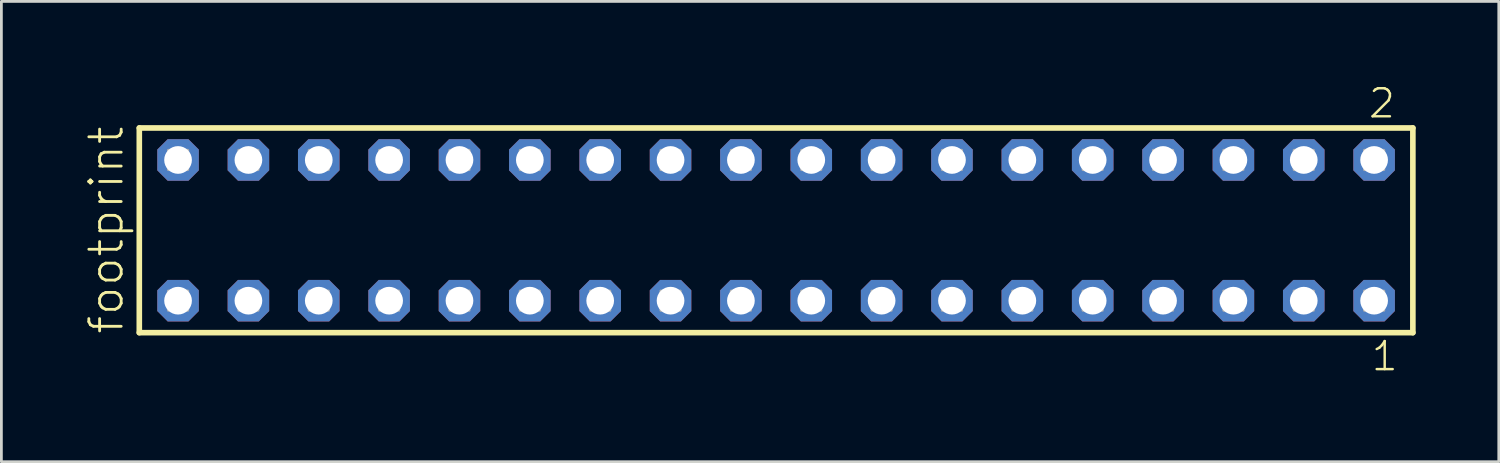
<source format=kicad_pcb>
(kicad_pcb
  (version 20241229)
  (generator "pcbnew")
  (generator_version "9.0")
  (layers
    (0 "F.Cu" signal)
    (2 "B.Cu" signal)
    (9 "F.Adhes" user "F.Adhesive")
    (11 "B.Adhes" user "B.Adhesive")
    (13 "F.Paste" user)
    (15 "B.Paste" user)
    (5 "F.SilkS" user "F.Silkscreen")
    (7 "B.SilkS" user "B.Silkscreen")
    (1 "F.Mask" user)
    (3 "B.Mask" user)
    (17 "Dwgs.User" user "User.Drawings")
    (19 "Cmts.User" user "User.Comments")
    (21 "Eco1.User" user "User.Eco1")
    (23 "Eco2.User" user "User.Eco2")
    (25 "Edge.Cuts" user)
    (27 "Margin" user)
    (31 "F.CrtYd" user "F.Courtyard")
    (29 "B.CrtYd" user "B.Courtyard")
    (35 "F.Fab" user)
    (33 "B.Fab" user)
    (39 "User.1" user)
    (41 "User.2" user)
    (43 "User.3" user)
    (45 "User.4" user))
  (footprint "footprint"
    (layer "F.Cu")
    (at 24.968 5.265)
    (property "Reference" "footprint" (at -23.495 3.81 90) (layer "F.SilkS") (effects (font (size 1.168 1.168) (thickness 0.102)) (justify left bottom)))
    (fp_line (start -22.989 -3.695) (end 22.989 -3.695) (stroke (width 0.203) (type solid)) (layer "F.SilkS"))
    (fp_line (start -22.989 3.695) (end -22.989 -3.695) (stroke (width 0.203) (type solid)) (layer "F.SilkS"))
    (fp_line (start 22.989 -3.695) (end 22.989 3.695) (stroke (width 0.203) (type solid)) (layer "F.SilkS"))
    (fp_line (start 22.989 3.695) (end -22.989 3.695) (stroke (width 0.203) (type solid)) (layer "F.SilkS"))
    (fp_poly (pts (xy -21.94 -2.19) (xy -21.24 -2.19) (xy -21.24 -2.89) (xy -21.94 -2.89)) (stroke (width 0.1) (type solid)) (fill no) (layer "F.Fab"))
    (fp_poly (pts (xy -21.94 2.89) (xy -21.24 2.89) (xy -21.24 2.19) (xy -21.94 2.19)) (stroke (width 0.1) (type solid)) (fill no) (layer "F.Fab"))
    (fp_poly (pts (xy -19.4 -2.19) (xy -18.7 -2.19) (xy -18.7 -2.89) (xy -19.4 -2.89)) (stroke (width 0.1) (type solid)) (fill no) (layer "F.Fab"))
    (fp_poly (pts (xy -19.4 2.89) (xy -18.7 2.89) (xy -18.7 2.19) (xy -19.4 2.19)) (stroke (width 0.1) (type solid)) (fill no) (layer "F.Fab"))
    (fp_poly (pts (xy -16.86 -2.19) (xy -16.16 -2.19) (xy -16.16 -2.89) (xy -16.86 -2.89)) (stroke (width 0.1) (type solid)) (fill no) (layer "F.Fab"))
    (fp_poly (pts (xy -16.86 2.89) (xy -16.16 2.89) (xy -16.16 2.19) (xy -16.86 2.19)) (stroke (width 0.1) (type solid)) (fill no) (layer "F.Fab"))
    (fp_poly (pts (xy -14.32 -2.19) (xy -13.62 -2.19) (xy -13.62 -2.89) (xy -14.32 -2.89)) (stroke (width 0.1) (type solid)) (fill no) (layer "F.Fab"))
    (fp_poly (pts (xy -14.32 2.89) (xy -13.62 2.89) (xy -13.62 2.19) (xy -14.32 2.19)) (stroke (width 0.1) (type solid)) (fill no) (layer "F.Fab"))
    (fp_poly (pts (xy -11.78 -2.19) (xy -11.08 -2.19) (xy -11.08 -2.89) (xy -11.78 -2.89)) (stroke (width 0.1) (type solid)) (fill no) (layer "F.Fab"))
    (fp_poly (pts (xy -11.78 2.89) (xy -11.08 2.89) (xy -11.08 2.19) (xy -11.78 2.19)) (stroke (width 0.1) (type solid)) (fill no) (layer "F.Fab"))
    (fp_poly (pts (xy -9.24 -2.19) (xy -8.54 -2.19) (xy -8.54 -2.89) (xy -9.24 -2.89)) (stroke (width 0.1) (type solid)) (fill no) (layer "F.Fab"))
    (fp_poly (pts (xy -9.24 2.89) (xy -8.54 2.89) (xy -8.54 2.19) (xy -9.24 2.19)) (stroke (width 0.1) (type solid)) (fill no) (layer "F.Fab"))
    (fp_poly (pts (xy -6.7 -2.19) (xy -6 -2.19) (xy -6 -2.89) (xy -6.7 -2.89)) (stroke (width 0.1) (type solid)) (fill no) (layer "F.Fab"))
    (fp_poly (pts (xy -6.7 2.89) (xy -6 2.89) (xy -6 2.19) (xy -6.7 2.19)) (stroke (width 0.1) (type solid)) (fill no) (layer "F.Fab"))
    (fp_poly (pts (xy -4.16 -2.19) (xy -3.46 -2.19) (xy -3.46 -2.89) (xy -4.16 -2.89)) (stroke (width 0.1) (type solid)) (fill no) (layer "F.Fab"))
    (fp_poly (pts (xy -4.16 2.89) (xy -3.46 2.89) (xy -3.46 2.19) (xy -4.16 2.19)) (stroke (width 0.1) (type solid)) (fill no) (layer "F.Fab"))
    (fp_poly (pts (xy -1.62 -2.19) (xy -0.92 -2.19) (xy -0.92 -2.89) (xy -1.62 -2.89)) (stroke (width 0.1) (type solid)) (fill no) (layer "F.Fab"))
    (fp_poly (pts (xy -1.62 2.89) (xy -0.92 2.89) (xy -0.92 2.19) (xy -1.62 2.19)) (stroke (width 0.1) (type solid)) (fill no) (layer "F.Fab"))
    (fp_poly (pts (xy 0.92 -2.19) (xy 1.62 -2.19) (xy 1.62 -2.89) (xy 0.92 -2.89)) (stroke (width 0.1) (type solid)) (fill no) (layer "F.Fab"))
    (fp_poly (pts (xy 0.92 2.89) (xy 1.62 2.89) (xy 1.62 2.19) (xy 0.92 2.19)) (stroke (width 0.1) (type solid)) (fill no) (layer "F.Fab"))
    (fp_poly (pts (xy 3.46 -2.19) (xy 4.16 -2.19) (xy 4.16 -2.89) (xy 3.46 -2.89)) (stroke (width 0.1) (type solid)) (fill no) (layer "F.Fab"))
    (fp_poly (pts (xy 3.46 2.89) (xy 4.16 2.89) (xy 4.16 2.19) (xy 3.46 2.19)) (stroke (width 0.1) (type solid)) (fill no) (layer "F.Fab"))
    (fp_poly (pts (xy 6 -2.19) (xy 6.7 -2.19) (xy 6.7 -2.89) (xy 6 -2.89)) (stroke (width 0.1) (type solid)) (fill no) (layer "F.Fab"))
    (fp_poly (pts (xy 6 2.89) (xy 6.7 2.89) (xy 6.7 2.19) (xy 6 2.19)) (stroke (width 0.1) (type solid)) (fill no) (layer "F.Fab"))
    (fp_poly (pts (xy 8.54 -2.19) (xy 9.24 -2.19) (xy 9.24 -2.89) (xy 8.54 -2.89)) (stroke (width 0.1) (type solid)) (fill no) (layer "F.Fab"))
    (fp_poly (pts (xy 8.54 2.89) (xy 9.24 2.89) (xy 9.24 2.19) (xy 8.54 2.19)) (stroke (width 0.1) (type solid)) (fill no) (layer "F.Fab"))
    (fp_poly (pts (xy 11.08 -2.19) (xy 11.78 -2.19) (xy 11.78 -2.89) (xy 11.08 -2.89)) (stroke (width 0.1) (type solid)) (fill no) (layer "F.Fab"))
    (fp_poly (pts (xy 11.08 2.89) (xy 11.78 2.89) (xy 11.78 2.19) (xy 11.08 2.19)) (stroke (width 0.1) (type solid)) (fill no) (layer "F.Fab"))
    (fp_poly (pts (xy 13.62 -2.19) (xy 14.32 -2.19) (xy 14.32 -2.89) (xy 13.62 -2.89)) (stroke (width 0.1) (type solid)) (fill no) (layer "F.Fab"))
    (fp_poly (pts (xy 13.62 2.89) (xy 14.32 2.89) (xy 14.32 2.19) (xy 13.62 2.19)) (stroke (width 0.1) (type solid)) (fill no) (layer "F.Fab"))
    (fp_poly (pts (xy 16.16 -2.19) (xy 16.86 -2.19) (xy 16.86 -2.89) (xy 16.16 -2.89)) (stroke (width 0.1) (type solid)) (fill no) (layer "F.Fab"))
    (fp_poly (pts (xy 16.16 2.89) (xy 16.86 2.89) (xy 16.86 2.19) (xy 16.16 2.19)) (stroke (width 0.1) (type solid)) (fill no) (layer "F.Fab"))
    (fp_poly (pts (xy 18.7 -2.19) (xy 19.4 -2.19) (xy 19.4 -2.89) (xy 18.7 -2.89)) (stroke (width 0.1) (type solid)) (fill no) (layer "F.Fab"))
    (fp_poly (pts (xy 18.7 2.89) (xy 19.4 2.89) (xy 19.4 2.19) (xy 18.7 2.19)) (stroke (width 0.1) (type solid)) (fill no) (layer "F.Fab"))
    (fp_poly (pts (xy 21.24 -2.19) (xy 21.94 -2.19) (xy 21.94 -2.89) (xy 21.24 -2.89)) (stroke (width 0.1) (type solid)) (fill no) (layer "F.Fab"))
    (fp_poly (pts (xy 21.24 2.89) (xy 21.94 2.89) (xy 21.94 2.19) (xy 21.24 2.19)) (stroke (width 0.1) (type solid)) (fill no) (layer "F.Fab"))
    (fp_text user "2" (at 21.332 -3.989 0) (layer "F.SilkS") (effects (font (size 1.012 1.012) (thickness 0.088)) (justify left bottom)))
    (fp_text user "1" (at 21.432 5.138 0) (layer "F.SilkS") (effects (font (size 1.012 1.012) (thickness 0.088)) (justify left bottom)))
    (pad "1" thru_hole roundrect (at 21.59 2.54 180) (size 1.5 1.5) (drill 1) (layers "*.Cu" "*.Mask") (roundrect_rratio 0.25) (chamfer_ratio 0.25) (chamfer top_left top_right bottom_left bottom_right))
    (pad "2" thru_hole roundrect (at 21.59 -2.54 180) (size 1.5 1.5) (drill 1) (layers "*.Cu" "*.Mask") (roundrect_rratio 0.25) (chamfer_ratio 0.25) (chamfer top_left top_right bottom_left bottom_right))
    (pad "3" thru_hole roundrect (at 19.05 2.54 180) (size 1.5 1.5) (drill 1) (layers "*.Cu" "*.Mask") (roundrect_rratio 0.25) (chamfer_ratio 0.25) (chamfer top_left top_right bottom_left bottom_right))
    (pad "4" thru_hole roundrect (at 19.05 -2.54 180) (size 1.5 1.5) (drill 1) (layers "*.Cu" "*.Mask") (roundrect_rratio 0.25) (chamfer_ratio 0.25) (chamfer top_left top_right bottom_left bottom_right))
    (pad "5" thru_hole roundrect (at 16.51 2.54 180) (size 1.5 1.5) (drill 1) (layers "*.Cu" "*.Mask") (roundrect_rratio 0.25) (chamfer_ratio 0.25) (chamfer top_left top_right bottom_left bottom_right))
    (pad "6" thru_hole roundrect (at 16.51 -2.54 180) (size 1.5 1.5) (drill 1) (layers "*.Cu" "*.Mask") (roundrect_rratio 0.25) (chamfer_ratio 0.25) (chamfer top_left top_right bottom_left bottom_right))
    (pad "7" thru_hole roundrect (at 13.97 2.54 180) (size 1.5 1.5) (drill 1) (layers "*.Cu" "*.Mask") (roundrect_rratio 0.25) (chamfer_ratio 0.25) (chamfer top_left top_right bottom_left bottom_right))
    (pad "8" thru_hole roundrect (at 13.97 -2.54 180) (size 1.5 1.5) (drill 1) (layers "*.Cu" "*.Mask") (roundrect_rratio 0.25) (chamfer_ratio 0.25) (chamfer top_left top_right bottom_left bottom_right))
    (pad "9" thru_hole roundrect (at 11.43 2.54 180) (size 1.5 1.5) (drill 1) (layers "*.Cu" "*.Mask") (roundrect_rratio 0.25) (chamfer_ratio 0.25) (chamfer top_left top_right bottom_left bottom_right))
    (pad "10" thru_hole roundrect (at 11.43 -2.54 180) (size 1.5 1.5) (drill 1) (layers "*.Cu" "*.Mask") (roundrect_rratio 0.25) (chamfer_ratio 0.25) (chamfer top_left top_right bottom_left bottom_right))
    (pad "11" thru_hole roundrect (at 8.89 2.54 180) (size 1.5 1.5) (drill 1) (layers "*.Cu" "*.Mask") (roundrect_rratio 0.25) (chamfer_ratio 0.25) (chamfer top_left top_right bottom_left bottom_right))
    (pad "12" thru_hole roundrect (at 8.89 -2.54 180) (size 1.5 1.5) (drill 1) (layers "*.Cu" "*.Mask") (roundrect_rratio 0.25) (chamfer_ratio 0.25) (chamfer top_left top_right bottom_left bottom_right))
    (pad "13" thru_hole roundrect (at 6.35 2.54 180) (size 1.5 1.5) (drill 1) (layers "*.Cu" "*.Mask") (roundrect_rratio 0.25) (chamfer_ratio 0.25) (chamfer top_left top_right bottom_left bottom_right))
    (pad "14" thru_hole roundrect (at 6.35 -2.54 180) (size 1.5 1.5) (drill 1) (layers "*.Cu" "*.Mask") (roundrect_rratio 0.25) (chamfer_ratio 0.25) (chamfer top_left top_right bottom_left bottom_right))
    (pad "15" thru_hole roundrect (at 3.81 2.54 180) (size 1.5 1.5) (drill 1) (layers "*.Cu" "*.Mask") (roundrect_rratio 0.25) (chamfer_ratio 0.25) (chamfer top_left top_right bottom_left bottom_right))
    (pad "16" thru_hole roundrect (at 3.81 -2.54 180) (size 1.5 1.5) (drill 1) (layers "*.Cu" "*.Mask") (roundrect_rratio 0.25) (chamfer_ratio 0.25) (chamfer top_left top_right bottom_left bottom_right))
    (pad "17" thru_hole roundrect (at 1.27 2.54 180) (size 1.5 1.5) (drill 1) (layers "*.Cu" "*.Mask") (roundrect_rratio 0.25) (chamfer_ratio 0.25) (chamfer top_left top_right bottom_left bottom_right))
    (pad "18" thru_hole roundrect (at 1.27 -2.54 180) (size 1.5 1.5) (drill 1) (layers "*.Cu" "*.Mask") (roundrect_rratio 0.25) (chamfer_ratio 0.25) (chamfer top_left top_right bottom_left bottom_right))
    (pad "19" thru_hole roundrect (at -1.27 2.54 180) (size 1.5 1.5) (drill 1) (layers "*.Cu" "*.Mask") (roundrect_rratio 0.25) (chamfer_ratio 0.25) (chamfer top_left top_right bottom_left bottom_right))
    (pad "20" thru_hole roundrect (at -1.27 -2.54 180) (size 1.5 1.5) (drill 1) (layers "*.Cu" "*.Mask") (roundrect_rratio 0.25) (chamfer_ratio 0.25) (chamfer top_left top_right bottom_left bottom_right))
    (pad "21" thru_hole roundrect (at -3.81 2.54 180) (size 1.5 1.5) (drill 1) (layers "*.Cu" "*.Mask") (roundrect_rratio 0.25) (chamfer_ratio 0.25) (chamfer top_left top_right bottom_left bottom_right))
    (pad "22" thru_hole roundrect (at -3.81 -2.54 180) (size 1.5 1.5) (drill 1) (layers "*.Cu" "*.Mask") (roundrect_rratio 0.25) (chamfer_ratio 0.25) (chamfer top_left top_right bottom_left bottom_right))
    (pad "23" thru_hole roundrect (at -6.35 2.54 180) (size 1.5 1.5) (drill 1) (layers "*.Cu" "*.Mask") (roundrect_rratio 0.25) (chamfer_ratio 0.25) (chamfer top_left top_right bottom_left bottom_right))
    (pad "24" thru_hole roundrect (at -6.35 -2.54 180) (size 1.5 1.5) (drill 1) (layers "*.Cu" "*.Mask") (roundrect_rratio 0.25) (chamfer_ratio 0.25) (chamfer top_left top_right bottom_left bottom_right))
    (pad "25" thru_hole roundrect (at -8.89 2.54 180) (size 1.5 1.5) (drill 1) (layers "*.Cu" "*.Mask") (roundrect_rratio 0.25) (chamfer_ratio 0.25) (chamfer top_left top_right bottom_left bottom_right))
    (pad "26" thru_hole roundrect (at -8.89 -2.54 180) (size 1.5 1.5) (drill 1) (layers "*.Cu" "*.Mask") (roundrect_rratio 0.25) (chamfer_ratio 0.25) (chamfer top_left top_right bottom_left bottom_right))
    (pad "27" thru_hole roundrect (at -11.43 2.54 180) (size 1.5 1.5) (drill 1) (layers "*.Cu" "*.Mask") (roundrect_rratio 0.25) (chamfer_ratio 0.25) (chamfer top_left top_right bottom_left bottom_right))
    (pad "28" thru_hole roundrect (at -11.43 -2.54 180) (size 1.5 1.5) (drill 1) (layers "*.Cu" "*.Mask") (roundrect_rratio 0.25) (chamfer_ratio 0.25) (chamfer top_left top_right bottom_left bottom_right))
    (pad "29" thru_hole roundrect (at -13.97 2.54 180) (size 1.5 1.5) (drill 1) (layers "*.Cu" "*.Mask") (roundrect_rratio 0.25) (chamfer_ratio 0.25) (chamfer top_left top_right bottom_left bottom_right))
    (pad "30" thru_hole roundrect (at -13.97 -2.54 180) (size 1.5 1.5) (drill 1) (layers "*.Cu" "*.Mask") (roundrect_rratio 0.25) (chamfer_ratio 0.25) (chamfer top_left top_right bottom_left bottom_right))
    (pad "31" thru_hole roundrect (at -16.51 2.54 180) (size 1.5 1.5) (drill 1) (layers "*.Cu" "*.Mask") (roundrect_rratio 0.25) (chamfer_ratio 0.25) (chamfer top_left top_right bottom_left bottom_right))
    (pad "32" thru_hole roundrect (at -16.51 -2.54 180) (size 1.5 1.5) (drill 1) (layers "*.Cu" "*.Mask") (roundrect_rratio 0.25) (chamfer_ratio 0.25) (chamfer top_left top_right bottom_left bottom_right))
    (pad "33" thru_hole roundrect (at -19.05 2.54 180) (size 1.5 1.5) (drill 1) (layers "*.Cu" "*.Mask") (roundrect_rratio 0.25) (chamfer_ratio 0.25) (chamfer top_left top_right bottom_left bottom_right))
    (pad "34" thru_hole roundrect (at -19.05 -2.54 180) (size 1.5 1.5) (drill 1) (layers "*.Cu" "*.Mask") (roundrect_rratio 0.25) (chamfer_ratio 0.25) (chamfer top_left top_right bottom_left bottom_right))
    (pad "35" thru_hole roundrect (at -21.59 2.54 180) (size 1.5 1.5) (drill 1) (layers "*.Cu" "*.Mask") (roundrect_rratio 0.25) (chamfer_ratio 0.25) (chamfer top_left top_right bottom_left bottom_right))
    (pad "36" thru_hole roundrect (at -21.59 -2.54 180) (size 1.5 1.5) (drill 1) (layers "*.Cu" "*.Mask") (roundrect_rratio 0.25) (chamfer_ratio 0.25) (chamfer top_left top_right bottom_left bottom_right)))
  (gr_rect
    (start -3 -3)
    (end 51.059 13.62)
    (stroke (width 0.1) (type default))
    (fill no)
    (layer "Edge.Cuts")))
</source>
